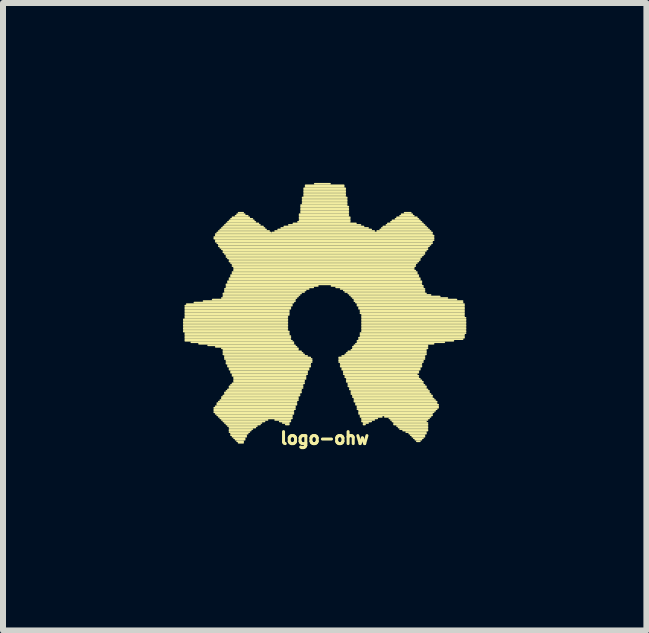
<source format=kicad_pcb>
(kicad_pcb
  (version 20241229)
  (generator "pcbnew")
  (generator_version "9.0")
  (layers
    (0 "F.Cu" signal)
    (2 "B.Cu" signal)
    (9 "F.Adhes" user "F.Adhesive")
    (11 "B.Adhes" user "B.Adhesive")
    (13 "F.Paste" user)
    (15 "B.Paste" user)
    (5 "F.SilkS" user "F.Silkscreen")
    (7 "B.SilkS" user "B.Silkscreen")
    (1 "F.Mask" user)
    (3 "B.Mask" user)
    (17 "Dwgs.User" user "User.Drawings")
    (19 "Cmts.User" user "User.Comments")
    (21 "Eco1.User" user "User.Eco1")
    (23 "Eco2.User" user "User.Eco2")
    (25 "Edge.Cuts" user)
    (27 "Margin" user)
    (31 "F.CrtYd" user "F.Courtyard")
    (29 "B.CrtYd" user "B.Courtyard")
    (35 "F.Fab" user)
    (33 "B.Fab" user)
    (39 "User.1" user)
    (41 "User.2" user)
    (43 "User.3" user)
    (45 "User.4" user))
  (footprint "logo-ohw"
    (layer "F.Cu")
    (at 2.363 2.313)
    (property "Reference" "logo-ohw" (at 0 1.943 0) (layer "F.SilkS") (effects (font (size 0.2 0.2) (thickness 0.05))))
    (attr through_hole)
    (fp_line (start -2.349 -0.038) (end -0.622 -0.038) (stroke (width 0.028) (type solid)) (layer "F.SilkS"))
    (fp_line (start -2.349 -0.013) (end -0.622 -0.013) (stroke (width 0.028) (type solid)) (layer "F.SilkS"))
    (fp_line (start -2.349 0.013) (end -0.622 0.013) (stroke (width 0.028) (type solid)) (layer "F.SilkS"))
    (fp_line (start -2.349 0.038) (end -0.622 0.038) (stroke (width 0.028) (type solid)) (layer "F.SilkS"))
    (fp_line (start -2.349 0.064) (end -0.622 0.064) (stroke (width 0.028) (type solid)) (layer "F.SilkS"))
    (fp_line (start -2.349 0.089) (end -0.622 0.089) (stroke (width 0.028) (type solid)) (layer "F.SilkS"))
    (fp_line (start -2.349 0.114) (end -0.622 0.114) (stroke (width 0.028) (type solid)) (layer "F.SilkS"))
    (fp_line (start -2.349 0.14) (end -0.622 0.14) (stroke (width 0.028) (type solid)) (layer "F.SilkS"))
    (fp_line (start -2.349 0.165) (end -0.597 0.165) (stroke (width 0.028) (type solid)) (layer "F.SilkS"))
    (fp_line (start -2.324 -0.267) (end -0.546 -0.267) (stroke (width 0.028) (type solid)) (layer "F.SilkS"))
    (fp_line (start -2.324 -0.241) (end -0.572 -0.241) (stroke (width 0.028) (type solid)) (layer "F.SilkS"))
    (fp_line (start -2.324 -0.216) (end -0.572 -0.216) (stroke (width 0.028) (type solid)) (layer "F.SilkS"))
    (fp_line (start -2.324 -0.191) (end -0.597 -0.191) (stroke (width 0.028) (type solid)) (layer "F.SilkS"))
    (fp_line (start -2.324 -0.165) (end -0.597 -0.165) (stroke (width 0.028) (type solid)) (layer "F.SilkS"))
    (fp_line (start -2.324 -0.14) (end -0.597 -0.14) (stroke (width 0.028) (type solid)) (layer "F.SilkS"))
    (fp_line (start -2.324 -0.114) (end -0.597 -0.114) (stroke (width 0.028) (type solid)) (layer "F.SilkS"))
    (fp_line (start -2.324 -0.089) (end -0.622 -0.089) (stroke (width 0.028) (type solid)) (layer "F.SilkS"))
    (fp_line (start -2.324 -0.064) (end -0.622 -0.064) (stroke (width 0.028) (type solid)) (layer "F.SilkS"))
    (fp_line (start -2.324 0.191) (end -0.597 0.191) (stroke (width 0.028) (type solid)) (layer "F.SilkS"))
    (fp_line (start -2.324 0.216) (end -0.597 0.216) (stroke (width 0.028) (type solid)) (layer "F.SilkS"))
    (fp_line (start -2.324 0.241) (end -0.572 0.241) (stroke (width 0.028) (type solid)) (layer "F.SilkS"))
    (fp_line (start -2.324 0.267) (end -0.572 0.267) (stroke (width 0.028) (type solid)) (layer "F.SilkS"))
    (fp_line (start -2.324 0.292) (end -0.572 0.292) (stroke (width 0.028) (type solid)) (layer "F.SilkS"))
    (fp_line (start -2.324 0.318) (end -0.546 0.318) (stroke (width 0.028) (type solid)) (layer "F.SilkS"))
    (fp_line (start -2.299 -0.292) (end -0.546 -0.292) (stroke (width 0.028) (type solid)) (layer "F.SilkS"))
    (fp_line (start -2.223 0.343) (end -0.521 0.343) (stroke (width 0.028) (type solid)) (layer "F.SilkS"))
    (fp_line (start -2.172 -0.318) (end -0.521 -0.318) (stroke (width 0.028) (type solid)) (layer "F.SilkS"))
    (fp_line (start -2.095 0.368) (end -0.521 0.368) (stroke (width 0.028) (type solid)) (layer "F.SilkS"))
    (fp_line (start -2.019 -0.343) (end -0.495 -0.343) (stroke (width 0.028) (type solid)) (layer "F.SilkS"))
    (fp_line (start -1.943 0.394) (end -0.495 0.394) (stroke (width 0.028) (type solid)) (layer "F.SilkS"))
    (fp_line (start -1.867 -0.368) (end -0.495 -0.368) (stroke (width 0.028) (type solid)) (layer "F.SilkS"))
    (fp_line (start -1.841 -1.41) (end 1.816 -1.41) (stroke (width 0.028) (type solid)) (layer "F.SilkS"))
    (fp_line (start -1.841 -1.384) (end 1.816 -1.384) (stroke (width 0.028) (type solid)) (layer "F.SilkS"))
    (fp_line (start -1.841 1.435) (end -0.495 1.435) (stroke (width 0.028) (type solid)) (layer "F.SilkS"))
    (fp_line (start -1.841 1.46) (end -0.495 1.46) (stroke (width 0.028) (type solid)) (layer "F.SilkS"))
    (fp_line (start -1.841 1.486) (end -0.521 1.486) (stroke (width 0.028) (type solid)) (layer "F.SilkS"))
    (fp_line (start -1.841 1.511) (end -0.521 1.511) (stroke (width 0.028) (type solid)) (layer "F.SilkS"))
    (fp_line (start -1.816 -1.46) (end 1.791 -1.46) (stroke (width 0.028) (type solid)) (layer "F.SilkS"))
    (fp_line (start -1.816 -1.435) (end 1.816 -1.435) (stroke (width 0.028) (type solid)) (layer "F.SilkS"))
    (fp_line (start -1.816 -1.359) (end 1.816 -1.359) (stroke (width 0.028) (type solid)) (layer "F.SilkS"))
    (fp_line (start -1.816 -1.333) (end 1.791 -1.333) (stroke (width 0.028) (type solid)) (layer "F.SilkS"))
    (fp_line (start -1.816 0.419) (end -0.47 0.419) (stroke (width 0.028) (type solid)) (layer "F.SilkS"))
    (fp_line (start -1.816 1.41) (end -0.495 1.41) (stroke (width 0.028) (type solid)) (layer "F.SilkS"))
    (fp_line (start -1.816 1.537) (end -0.521 1.537) (stroke (width 0.028) (type solid)) (layer "F.SilkS"))
    (fp_line (start -1.791 -1.486) (end -0.902 -1.486) (stroke (width 0.028) (type solid)) (layer "F.SilkS"))
    (fp_line (start -1.791 -1.308) (end 1.791 -1.308) (stroke (width 0.028) (type solid)) (layer "F.SilkS"))
    (fp_line (start -1.791 1.359) (end -0.47 1.359) (stroke (width 0.028) (type solid)) (layer "F.SilkS"))
    (fp_line (start -1.791 1.384) (end -0.47 1.384) (stroke (width 0.028) (type solid)) (layer "F.SilkS"))
    (fp_line (start -1.791 1.562) (end -0.546 1.562) (stroke (width 0.028) (type solid)) (layer "F.SilkS"))
    (fp_line (start -1.765 -1.511) (end -0.927 -1.511) (stroke (width 0.028) (type solid)) (layer "F.SilkS"))
    (fp_line (start -1.765 -1.283) (end 1.765 -1.283) (stroke (width 0.028) (type solid)) (layer "F.SilkS"))
    (fp_line (start -1.765 -1.257) (end 1.74 -1.257) (stroke (width 0.028) (type solid)) (layer "F.SilkS"))
    (fp_line (start -1.765 1.333) (end -0.47 1.333) (stroke (width 0.028) (type solid)) (layer "F.SilkS"))
    (fp_line (start -1.765 1.587) (end -0.546 1.587) (stroke (width 0.028) (type solid)) (layer "F.SilkS"))
    (fp_line (start -1.74 -1.537) (end -0.978 -1.537) (stroke (width 0.028) (type solid)) (layer "F.SilkS"))
    (fp_line (start -1.74 -1.232) (end 1.714 -1.232) (stroke (width 0.028) (type solid)) (layer "F.SilkS"))
    (fp_line (start -1.74 1.308) (end -0.445 1.308) (stroke (width 0.028) (type solid)) (layer "F.SilkS"))
    (fp_line (start -1.74 1.613) (end -0.546 1.613) (stroke (width 0.028) (type solid)) (layer "F.SilkS"))
    (fp_line (start -1.714 -1.562) (end -1.003 -1.562) (stroke (width 0.028) (type solid)) (layer "F.SilkS"))
    (fp_line (start -1.714 -1.206) (end 1.714 -1.206) (stroke (width 0.028) (type solid)) (layer "F.SilkS"))
    (fp_line (start -1.714 -0.394) (end -0.47 -0.394) (stroke (width 0.028) (type solid)) (layer "F.SilkS"))
    (fp_line (start -1.714 0.445) (end -0.445 0.445) (stroke (width 0.028) (type solid)) (layer "F.SilkS"))
    (fp_line (start -1.714 1.257) (end -0.445 1.257) (stroke (width 0.028) (type solid)) (layer "F.SilkS"))
    (fp_line (start -1.714 1.283) (end -0.445 1.283) (stroke (width 0.028) (type solid)) (layer "F.SilkS"))
    (fp_line (start -1.714 1.638) (end -0.953 1.638) (stroke (width 0.028) (type solid)) (layer "F.SilkS"))
    (fp_line (start -1.689 -1.587) (end -1.029 -1.587) (stroke (width 0.028) (type solid)) (layer "F.SilkS"))
    (fp_line (start -1.689 -1.181) (end 1.689 -1.181) (stroke (width 0.028) (type solid)) (layer "F.SilkS"))
    (fp_line (start -1.689 -1.156) (end 1.664 -1.156) (stroke (width 0.028) (type solid)) (layer "F.SilkS"))
    (fp_line (start -1.689 -0.47) (end -0.394 -0.47) (stroke (width 0.028) (type solid)) (layer "F.SilkS"))
    (fp_line (start -1.689 -0.445) (end -0.419 -0.445) (stroke (width 0.028) (type solid)) (layer "F.SilkS"))
    (fp_line (start -1.689 -0.419) (end -0.445 -0.419) (stroke (width 0.028) (type solid)) (layer "F.SilkS"))
    (fp_line (start -1.689 0.47) (end -0.445 0.47) (stroke (width 0.028) (type solid)) (layer "F.SilkS"))
    (fp_line (start -1.689 0.495) (end -0.394 0.495) (stroke (width 0.028) (type solid)) (layer "F.SilkS"))
    (fp_line (start -1.689 0.521) (end -0.368 0.521) (stroke (width 0.028) (type solid)) (layer "F.SilkS"))
    (fp_line (start -1.689 0.546) (end -0.343 0.546) (stroke (width 0.028) (type solid)) (layer "F.SilkS"))
    (fp_line (start -1.689 1.232) (end -0.419 1.232) (stroke (width 0.028) (type solid)) (layer "F.SilkS"))
    (fp_line (start -1.689 1.664) (end -1.003 1.664) (stroke (width 0.028) (type solid)) (layer "F.SilkS"))
    (fp_line (start -1.664 -1.613) (end -1.079 -1.613) (stroke (width 0.028) (type solid)) (layer "F.SilkS"))
    (fp_line (start -1.664 -1.13) (end 1.664 -1.13) (stroke (width 0.028) (type solid)) (layer "F.SilkS"))
    (fp_line (start -1.664 -0.546) (end -0.267 -0.546) (stroke (width 0.028) (type solid)) (layer "F.SilkS"))
    (fp_line (start -1.664 -0.521) (end -0.318 -0.521) (stroke (width 0.028) (type solid)) (layer "F.SilkS"))
    (fp_line (start -1.664 -0.495) (end -0.343 -0.495) (stroke (width 0.028) (type solid)) (layer "F.SilkS"))
    (fp_line (start -1.664 0.572) (end -0.292 0.572) (stroke (width 0.028) (type solid)) (layer "F.SilkS"))
    (fp_line (start -1.664 0.597) (end -0.241 0.597) (stroke (width 0.028) (type solid)) (layer "F.SilkS"))
    (fp_line (start -1.664 0.622) (end -0.216 0.622) (stroke (width 0.028) (type solid)) (layer "F.SilkS"))
    (fp_line (start -1.664 1.181) (end -0.394 1.181) (stroke (width 0.028) (type solid)) (layer "F.SilkS"))
    (fp_line (start -1.664 1.206) (end -0.419 1.206) (stroke (width 0.028) (type solid)) (layer "F.SilkS"))
    (fp_line (start -1.664 1.689) (end -1.054 1.689) (stroke (width 0.028) (type solid)) (layer "F.SilkS"))
    (fp_line (start -1.638 -1.638) (end -1.105 -1.638) (stroke (width 0.028) (type solid)) (layer "F.SilkS"))
    (fp_line (start -1.638 -1.105) (end 1.638 -1.105) (stroke (width 0.028) (type solid)) (layer "F.SilkS"))
    (fp_line (start -1.638 -1.079) (end 1.613 -1.079) (stroke (width 0.028) (type solid)) (layer "F.SilkS"))
    (fp_line (start -1.638 -0.622) (end 1.613 -0.622) (stroke (width 0.028) (type solid)) (layer "F.SilkS"))
    (fp_line (start -1.638 -0.597) (end -0.114 -0.597) (stroke (width 0.028) (type solid)) (layer "F.SilkS"))
    (fp_line (start -1.638 -0.572) (end -0.191 -0.572) (stroke (width 0.028) (type solid)) (layer "F.SilkS"))
    (fp_line (start -1.638 0.648) (end -0.216 0.648) (stroke (width 0.028) (type solid)) (layer "F.SilkS"))
    (fp_line (start -1.638 0.673) (end -0.216 0.673) (stroke (width 0.028) (type solid)) (layer "F.SilkS"))
    (fp_line (start -1.638 0.699) (end -0.241 0.699) (stroke (width 0.028) (type solid)) (layer "F.SilkS"))
    (fp_line (start -1.638 1.156) (end -0.394 1.156) (stroke (width 0.028) (type solid)) (layer "F.SilkS"))
    (fp_line (start -1.638 1.714) (end -1.079 1.714) (stroke (width 0.028) (type solid)) (layer "F.SilkS"))
    (fp_line (start -1.613 -1.664) (end -1.156 -1.664) (stroke (width 0.028) (type solid)) (layer "F.SilkS"))
    (fp_line (start -1.613 -1.054) (end 1.587 -1.054) (stroke (width 0.028) (type solid)) (layer "F.SilkS"))
    (fp_line (start -1.613 -0.673) (end 1.613 -0.673) (stroke (width 0.028) (type solid)) (layer "F.SilkS"))
    (fp_line (start -1.613 -0.648) (end 1.613 -0.648) (stroke (width 0.028) (type solid)) (layer "F.SilkS"))
    (fp_line (start -1.613 0.724) (end -0.241 0.724) (stroke (width 0.028) (type solid)) (layer "F.SilkS"))
    (fp_line (start -1.613 0.749) (end -0.241 0.749) (stroke (width 0.028) (type solid)) (layer "F.SilkS"))
    (fp_line (start -1.613 1.13) (end -0.394 1.13) (stroke (width 0.028) (type solid)) (layer "F.SilkS"))
    (fp_line (start -1.613 1.74) (end -1.13 1.74) (stroke (width 0.028) (type solid)) (layer "F.SilkS"))
    (fp_line (start -1.587 -1.689) (end -1.181 -1.689) (stroke (width 0.028) (type solid)) (layer "F.SilkS"))
    (fp_line (start -1.587 -1.029) (end 1.587 -1.029) (stroke (width 0.028) (type solid)) (layer "F.SilkS"))
    (fp_line (start -1.587 -1.003) (end 1.562 -1.003) (stroke (width 0.028) (type solid)) (layer "F.SilkS"))
    (fp_line (start -1.587 -0.724) (end 1.587 -0.724) (stroke (width 0.028) (type solid)) (layer "F.SilkS"))
    (fp_line (start -1.587 -0.699) (end 1.587 -0.699) (stroke (width 0.028) (type solid)) (layer "F.SilkS"))
    (fp_line (start -1.587 0.775) (end -0.267 0.775) (stroke (width 0.028) (type solid)) (layer "F.SilkS"))
    (fp_line (start -1.587 0.8) (end -0.267 0.8) (stroke (width 0.028) (type solid)) (layer "F.SilkS"))
    (fp_line (start -1.587 1.079) (end -0.368 1.079) (stroke (width 0.028) (type solid)) (layer "F.SilkS"))
    (fp_line (start -1.587 1.105) (end -0.368 1.105) (stroke (width 0.028) (type solid)) (layer "F.SilkS"))
    (fp_line (start -1.587 1.765) (end -1.156 1.765) (stroke (width 0.028) (type solid)) (layer "F.SilkS"))
    (fp_line (start -1.587 1.791) (end -1.206 1.791) (stroke (width 0.028) (type solid)) (layer "F.SilkS"))
    (fp_line (start -1.587 1.816) (end -1.232 1.816) (stroke (width 0.028) (type solid)) (layer "F.SilkS"))
    (fp_line (start -1.587 1.841) (end -1.257 1.841) (stroke (width 0.028) (type solid)) (layer "F.SilkS"))
    (fp_line (start -1.562 -1.714) (end -1.206 -1.714) (stroke (width 0.028) (type solid)) (layer "F.SilkS"))
    (fp_line (start -1.562 -0.978) (end 1.537 -0.978) (stroke (width 0.028) (type solid)) (layer "F.SilkS"))
    (fp_line (start -1.562 -0.775) (end 1.562 -0.775) (stroke (width 0.028) (type solid)) (layer "F.SilkS"))
    (fp_line (start -1.562 -0.749) (end 1.562 -0.749) (stroke (width 0.028) (type solid)) (layer "F.SilkS"))
    (fp_line (start -1.562 0.826) (end -0.292 0.826) (stroke (width 0.028) (type solid)) (layer "F.SilkS"))
    (fp_line (start -1.562 0.851) (end -0.292 0.851) (stroke (width 0.028) (type solid)) (layer "F.SilkS"))
    (fp_line (start -1.562 1.054) (end -0.368 1.054) (stroke (width 0.028) (type solid)) (layer "F.SilkS"))
    (fp_line (start -1.562 1.867) (end -1.283 1.867) (stroke (width 0.028) (type solid)) (layer "F.SilkS"))
    (fp_line (start -1.562 1.892) (end -1.308 1.892) (stroke (width 0.028) (type solid)) (layer "F.SilkS"))
    (fp_line (start -1.537 -1.74) (end -1.257 -1.74) (stroke (width 0.028) (type solid)) (layer "F.SilkS"))
    (fp_line (start -1.537 -0.953) (end 1.511 -0.953) (stroke (width 0.028) (type solid)) (layer "F.SilkS"))
    (fp_line (start -1.537 -0.927) (end 1.511 -0.927) (stroke (width 0.028) (type solid)) (layer "F.SilkS"))
    (fp_line (start -1.537 -0.826) (end 1.537 -0.826) (stroke (width 0.028) (type solid)) (layer "F.SilkS"))
    (fp_line (start -1.537 -0.8) (end 1.537 -0.8) (stroke (width 0.028) (type solid)) (layer "F.SilkS"))
    (fp_line (start -1.537 0.876) (end -0.292 0.876) (stroke (width 0.028) (type solid)) (layer "F.SilkS"))
    (fp_line (start -1.537 0.902) (end -0.318 0.902) (stroke (width 0.028) (type solid)) (layer "F.SilkS"))
    (fp_line (start -1.537 1.029) (end -0.343 1.029) (stroke (width 0.028) (type solid)) (layer "F.SilkS"))
    (fp_line (start -1.537 1.918) (end -1.308 1.918) (stroke (width 0.028) (type solid)) (layer "F.SilkS"))
    (fp_line (start -1.511 -0.902) (end 1.486 -0.902) (stroke (width 0.028) (type solid)) (layer "F.SilkS"))
    (fp_line (start -1.511 -0.876) (end 1.486 -0.876) (stroke (width 0.028) (type solid)) (layer "F.SilkS"))
    (fp_line (start -1.511 -0.851) (end 1.511 -0.851) (stroke (width 0.028) (type solid)) (layer "F.SilkS"))
    (fp_line (start -1.511 0.927) (end -0.318 0.927) (stroke (width 0.028) (type solid)) (layer "F.SilkS"))
    (fp_line (start -1.511 0.953) (end -0.318 0.953) (stroke (width 0.028) (type solid)) (layer "F.SilkS"))
    (fp_line (start -1.511 0.978) (end -0.343 0.978) (stroke (width 0.028) (type solid)) (layer "F.SilkS"))
    (fp_line (start -1.511 1.003) (end -0.343 1.003) (stroke (width 0.028) (type solid)) (layer "F.SilkS"))
    (fp_line (start -1.511 1.943) (end -1.333 1.943) (stroke (width 0.028) (type solid)) (layer "F.SilkS"))
    (fp_line (start -1.486 -1.765) (end -1.283 -1.765) (stroke (width 0.028) (type solid)) (layer "F.SilkS"))
    (fp_line (start -1.486 1.968) (end -1.333 1.968) (stroke (width 0.028) (type solid)) (layer "F.SilkS"))
    (fp_line (start -1.46 -1.791) (end -1.333 -1.791) (stroke (width 0.028) (type solid)) (layer "F.SilkS"))
    (fp_line (start -1.46 1.994) (end -1.359 1.994) (stroke (width 0.028) (type solid)) (layer "F.SilkS"))
    (fp_line (start -1.435 -1.816) (end -1.359 -1.816) (stroke (width 0.028) (type solid)) (layer "F.SilkS"))
    (fp_line (start -1.435 2.019) (end -1.359 2.019) (stroke (width 0.028) (type solid)) (layer "F.SilkS"))
    (fp_line (start -0.876 -1.486) (end 1.791 -1.486) (stroke (width 0.028) (type solid)) (layer "F.SilkS"))
    (fp_line (start -0.826 -1.511) (end 0.826 -1.511) (stroke (width 0.028) (type solid)) (layer "F.SilkS"))
    (fp_line (start -0.826 1.638) (end -0.572 1.638) (stroke (width 0.028) (type solid)) (layer "F.SilkS"))
    (fp_line (start -0.775 -1.537) (end 0.775 -1.537) (stroke (width 0.028) (type solid)) (layer "F.SilkS"))
    (fp_line (start -0.749 1.664) (end -0.572 1.664) (stroke (width 0.028) (type solid)) (layer "F.SilkS"))
    (fp_line (start -0.724 -1.562) (end 0.724 -1.562) (stroke (width 0.028) (type solid)) (layer "F.SilkS"))
    (fp_line (start -0.699 1.689) (end -0.597 1.689) (stroke (width 0.028) (type solid)) (layer "F.SilkS"))
    (fp_line (start -0.673 -1.587) (end 0.648 -1.587) (stroke (width 0.028) (type solid)) (layer "F.SilkS"))
    (fp_line (start -0.648 1.714) (end -0.597 1.714) (stroke (width 0.028) (type solid)) (layer "F.SilkS"))
    (fp_line (start -0.597 -1.613) (end 0.597 -1.613) (stroke (width 0.028) (type solid)) (layer "F.SilkS"))
    (fp_line (start -0.521 -1.638) (end 0.521 -1.638) (stroke (width 0.028) (type solid)) (layer "F.SilkS"))
    (fp_line (start -0.445 -1.664) (end 0.419 -1.664) (stroke (width 0.028) (type solid)) (layer "F.SilkS"))
    (fp_line (start -0.419 -1.791) (end 0.394 -1.791) (stroke (width 0.028) (type solid)) (layer "F.SilkS"))
    (fp_line (start -0.419 -1.765) (end 0.394 -1.765) (stroke (width 0.028) (type solid)) (layer "F.SilkS"))
    (fp_line (start -0.419 -1.74) (end 0.419 -1.74) (stroke (width 0.028) (type solid)) (layer "F.SilkS"))
    (fp_line (start -0.419 -1.714) (end 0.419 -1.714) (stroke (width 0.028) (type solid)) (layer "F.SilkS"))
    (fp_line (start -0.419 -1.689) (end 0.419 -1.689) (stroke (width 0.028) (type solid)) (layer "F.SilkS"))
    (fp_line (start -0.394 -1.943) (end 0.368 -1.943) (stroke (width 0.028) (type solid)) (layer "F.SilkS"))
    (fp_line (start -0.394 -1.918) (end 0.394 -1.918) (stroke (width 0.028) (type solid)) (layer "F.SilkS"))
    (fp_line (start -0.394 -1.892) (end 0.394 -1.892) (stroke (width 0.028) (type solid)) (layer "F.SilkS"))
    (fp_line (start -0.394 -1.867) (end 0.394 -1.867) (stroke (width 0.028) (type solid)) (layer "F.SilkS"))
    (fp_line (start -0.394 -1.841) (end 0.394 -1.841) (stroke (width 0.028) (type solid)) (layer "F.SilkS"))
    (fp_line (start -0.394 -1.816) (end 0.394 -1.816) (stroke (width 0.028) (type solid)) (layer "F.SilkS"))
    (fp_line (start -0.368 -2.07) (end 0.368 -2.07) (stroke (width 0.028) (type solid)) (layer "F.SilkS"))
    (fp_line (start -0.368 -2.045) (end 0.368 -2.045) (stroke (width 0.028) (type solid)) (layer "F.SilkS"))
    (fp_line (start -0.368 -2.019) (end 0.368 -2.019) (stroke (width 0.028) (type solid)) (layer "F.SilkS"))
    (fp_line (start -0.368 -1.994) (end 0.368 -1.994) (stroke (width 0.028) (type solid)) (layer "F.SilkS"))
    (fp_line (start -0.368 -1.968) (end 0.368 -1.968) (stroke (width 0.028) (type solid)) (layer "F.SilkS"))
    (fp_line (start -0.343 -2.223) (end 0.343 -2.223) (stroke (width 0.028) (type solid)) (layer "F.SilkS"))
    (fp_line (start -0.343 -2.197) (end 0.343 -2.197) (stroke (width 0.028) (type solid)) (layer "F.SilkS"))
    (fp_line (start -0.343 -2.172) (end 0.343 -2.172) (stroke (width 0.028) (type solid)) (layer "F.SilkS"))
    (fp_line (start -0.343 -2.146) (end 0.343 -2.146) (stroke (width 0.028) (type solid)) (layer "F.SilkS"))
    (fp_line (start -0.343 -2.121) (end 0.343 -2.121) (stroke (width 0.028) (type solid)) (layer "F.SilkS"))
    (fp_line (start -0.343 -2.095) (end 0.343 -2.095) (stroke (width 0.028) (type solid)) (layer "F.SilkS"))
    (fp_line (start -0.318 -2.273) (end 0.318 -2.273) (stroke (width 0.028) (type solid)) (layer "F.SilkS"))
    (fp_line (start -0.318 -2.248) (end 0.318 -2.248) (stroke (width 0.028) (type solid)) (layer "F.SilkS"))
    (fp_line (start -0.165 -2.299) (end 0.089 -2.299) (stroke (width 0.028) (type solid)) (layer "F.SilkS"))
    (fp_line (start 0.114 -0.597) (end 1.638 -0.597) (stroke (width 0.028) (type solid)) (layer "F.SilkS"))
    (fp_line (start 0.191 -0.572) (end 1.638 -0.572) (stroke (width 0.028) (type solid)) (layer "F.SilkS"))
    (fp_line (start 0.241 0.597) (end 1.664 0.597) (stroke (width 0.028) (type solid)) (layer "F.SilkS"))
    (fp_line (start 0.241 0.622) (end 1.664 0.622) (stroke (width 0.028) (type solid)) (layer "F.SilkS"))
    (fp_line (start 0.241 0.648) (end 1.638 0.648) (stroke (width 0.028) (type solid)) (layer "F.SilkS"))
    (fp_line (start 0.241 0.673) (end 1.638 0.673) (stroke (width 0.028) (type solid)) (layer "F.SilkS"))
    (fp_line (start 0.267 -0.546) (end 1.664 -0.546) (stroke (width 0.028) (type solid)) (layer "F.SilkS"))
    (fp_line (start 0.267 0.699) (end 1.613 0.699) (stroke (width 0.028) (type solid)) (layer "F.SilkS"))
    (fp_line (start 0.267 0.724) (end 1.613 0.724) (stroke (width 0.028) (type solid)) (layer "F.SilkS"))
    (fp_line (start 0.267 0.749) (end 1.613 0.749) (stroke (width 0.028) (type solid)) (layer "F.SilkS"))
    (fp_line (start 0.292 0.572) (end 1.664 0.572) (stroke (width 0.028) (type solid)) (layer "F.SilkS"))
    (fp_line (start 0.292 0.775) (end 1.587 0.775) (stroke (width 0.028) (type solid)) (layer "F.SilkS"))
    (fp_line (start 0.292 0.8) (end 1.587 0.8) (stroke (width 0.028) (type solid)) (layer "F.SilkS"))
    (fp_line (start 0.318 -0.521) (end 1.664 -0.521) (stroke (width 0.028) (type solid)) (layer "F.SilkS"))
    (fp_line (start 0.318 0.826) (end 1.562 0.826) (stroke (width 0.028) (type solid)) (layer "F.SilkS"))
    (fp_line (start 0.318 0.851) (end 1.562 0.851) (stroke (width 0.028) (type solid)) (layer "F.SilkS"))
    (fp_line (start 0.318 0.876) (end 1.537 0.876) (stroke (width 0.028) (type solid)) (layer "F.SilkS"))
    (fp_line (start 0.343 -0.495) (end 1.664 -0.495) (stroke (width 0.028) (type solid)) (layer "F.SilkS"))
    (fp_line (start 0.343 0.546) (end 1.689 0.546) (stroke (width 0.028) (type solid)) (layer "F.SilkS"))
    (fp_line (start 0.343 0.902) (end 1.562 0.902) (stroke (width 0.028) (type solid)) (layer "F.SilkS"))
    (fp_line (start 0.343 0.927) (end 1.562 0.927) (stroke (width 0.028) (type solid)) (layer "F.SilkS"))
    (fp_line (start 0.368 0.521) (end 1.689 0.521) (stroke (width 0.028) (type solid)) (layer "F.SilkS"))
    (fp_line (start 0.368 0.953) (end 1.587 0.953) (stroke (width 0.028) (type solid)) (layer "F.SilkS"))
    (fp_line (start 0.368 0.978) (end 1.613 0.978) (stroke (width 0.028) (type solid)) (layer "F.SilkS"))
    (fp_line (start 0.368 1.003) (end 1.638 1.003) (stroke (width 0.028) (type solid)) (layer "F.SilkS"))
    (fp_line (start 0.394 -0.47) (end 1.689 -0.47) (stroke (width 0.028) (type solid)) (layer "F.SilkS"))
    (fp_line (start 0.394 0.495) (end 1.689 0.495) (stroke (width 0.028) (type solid)) (layer "F.SilkS"))
    (fp_line (start 0.394 1.029) (end 1.638 1.029) (stroke (width 0.028) (type solid)) (layer "F.SilkS"))
    (fp_line (start 0.394 1.054) (end 1.664 1.054) (stroke (width 0.028) (type solid)) (layer "F.SilkS"))
    (fp_line (start 0.394 1.079) (end 1.689 1.079) (stroke (width 0.028) (type solid)) (layer "F.SilkS"))
    (fp_line (start 0.419 -0.445) (end 1.765 -0.445) (stroke (width 0.028) (type solid)) (layer "F.SilkS"))
    (fp_line (start 0.419 1.105) (end 1.689 1.105) (stroke (width 0.028) (type solid)) (layer "F.SilkS"))
    (fp_line (start 0.419 1.13) (end 1.714 1.13) (stroke (width 0.028) (type solid)) (layer "F.SilkS"))
    (fp_line (start 0.445 -0.419) (end 1.918 -0.419) (stroke (width 0.028) (type solid)) (layer "F.SilkS"))
    (fp_line (start 0.445 0.47) (end 1.689 0.47) (stroke (width 0.028) (type solid)) (layer "F.SilkS"))
    (fp_line (start 0.445 1.156) (end 1.74 1.156) (stroke (width 0.028) (type solid)) (layer "F.SilkS"))
    (fp_line (start 0.445 1.181) (end 1.74 1.181) (stroke (width 0.028) (type solid)) (layer "F.SilkS"))
    (fp_line (start 0.445 1.206) (end 1.765 1.206) (stroke (width 0.028) (type solid)) (layer "F.SilkS"))
    (fp_line (start 0.47 -0.394) (end 2.045 -0.394) (stroke (width 0.028) (type solid)) (layer "F.SilkS"))
    (fp_line (start 0.47 0.419) (end 1.714 0.419) (stroke (width 0.028) (type solid)) (layer "F.SilkS"))
    (fp_line (start 0.47 0.445) (end 1.714 0.445) (stroke (width 0.028) (type solid)) (layer "F.SilkS"))
    (fp_line (start 0.47 1.232) (end 1.791 1.232) (stroke (width 0.028) (type solid)) (layer "F.SilkS"))
    (fp_line (start 0.47 1.257) (end 1.791 1.257) (stroke (width 0.028) (type solid)) (layer "F.SilkS"))
    (fp_line (start 0.495 -0.368) (end 2.197 -0.368) (stroke (width 0.028) (type solid)) (layer "F.SilkS"))
    (fp_line (start 0.495 -0.343) (end 2.299 -0.343) (stroke (width 0.028) (type solid)) (layer "F.SilkS"))
    (fp_line (start 0.495 0.394) (end 1.714 0.394) (stroke (width 0.028) (type solid)) (layer "F.SilkS"))
    (fp_line (start 0.495 1.283) (end 1.816 1.283) (stroke (width 0.028) (type solid)) (layer "F.SilkS"))
    (fp_line (start 0.495 1.308) (end 1.841 1.308) (stroke (width 0.028) (type solid)) (layer "F.SilkS"))
    (fp_line (start 0.495 1.333) (end 1.867 1.333) (stroke (width 0.028) (type solid)) (layer "F.SilkS"))
    (fp_line (start 0.521 -0.318) (end 2.299 -0.318) (stroke (width 0.028) (type solid)) (layer "F.SilkS"))
    (fp_line (start 0.521 0.368) (end 1.816 0.368) (stroke (width 0.028) (type solid)) (layer "F.SilkS"))
    (fp_line (start 0.521 1.359) (end 1.867 1.359) (stroke (width 0.028) (type solid)) (layer "F.SilkS"))
    (fp_line (start 0.521 1.384) (end 1.892 1.384) (stroke (width 0.028) (type solid)) (layer "F.SilkS"))
    (fp_line (start 0.546 -0.292) (end 2.324 -0.292) (stroke (width 0.028) (type solid)) (layer "F.SilkS"))
    (fp_line (start 0.546 -0.267) (end 2.324 -0.267) (stroke (width 0.028) (type solid)) (layer "F.SilkS"))
    (fp_line (start 0.546 0.318) (end 2.146 0.318) (stroke (width 0.028) (type solid)) (layer "F.SilkS"))
    (fp_line (start 0.546 0.343) (end 1.994 0.343) (stroke (width 0.028) (type solid)) (layer "F.SilkS"))
    (fp_line (start 0.546 1.41) (end 1.892 1.41) (stroke (width 0.028) (type solid)) (layer "F.SilkS"))
    (fp_line (start 0.546 1.435) (end 1.892 1.435) (stroke (width 0.028) (type solid)) (layer "F.SilkS"))
    (fp_line (start 0.546 1.46) (end 1.867 1.46) (stroke (width 0.028) (type solid)) (layer "F.SilkS"))
    (fp_line (start 0.572 -0.241) (end 2.324 -0.241) (stroke (width 0.028) (type solid)) (layer "F.SilkS"))
    (fp_line (start 0.572 -0.216) (end 2.324 -0.216) (stroke (width 0.028) (type solid)) (layer "F.SilkS"))
    (fp_line (start 0.572 0.267) (end 2.324 0.267) (stroke (width 0.028) (type solid)) (layer "F.SilkS"))
    (fp_line (start 0.572 0.292) (end 2.299 0.292) (stroke (width 0.028) (type solid)) (layer "F.SilkS"))
    (fp_line (start 0.572 1.486) (end 1.841 1.486) (stroke (width 0.028) (type solid)) (layer "F.SilkS"))
    (fp_line (start 0.572 1.511) (end 1.816 1.511) (stroke (width 0.028) (type solid)) (layer "F.SilkS"))
    (fp_line (start 0.572 1.537) (end 1.791 1.537) (stroke (width 0.028) (type solid)) (layer "F.SilkS"))
    (fp_line (start 0.597 -0.191) (end 2.324 -0.191) (stroke (width 0.028) (type solid)) (layer "F.SilkS"))
    (fp_line (start 0.597 -0.165) (end 2.324 -0.165) (stroke (width 0.028) (type solid)) (layer "F.SilkS"))
    (fp_line (start 0.597 -0.14) (end 2.324 -0.14) (stroke (width 0.028) (type solid)) (layer "F.SilkS"))
    (fp_line (start 0.597 0.191) (end 2.349 0.191) (stroke (width 0.028) (type solid)) (layer "F.SilkS"))
    (fp_line (start 0.597 0.216) (end 2.324 0.216) (stroke (width 0.028) (type solid)) (layer "F.SilkS"))
    (fp_line (start 0.597 0.241) (end 2.324 0.241) (stroke (width 0.028) (type solid)) (layer "F.SilkS"))
    (fp_line (start 0.597 1.562) (end 1.791 1.562) (stroke (width 0.028) (type solid)) (layer "F.SilkS"))
    (fp_line (start 0.597 1.587) (end 0.953 1.587) (stroke (width 0.028) (type solid)) (layer "F.SilkS"))
    (fp_line (start 0.622 -0.114) (end 2.324 -0.114) (stroke (width 0.028) (type solid)) (layer "F.SilkS"))
    (fp_line (start 0.622 -0.089) (end 2.324 -0.089) (stroke (width 0.028) (type solid)) (layer "F.SilkS"))
    (fp_line (start 0.622 -0.064) (end 2.349 -0.064) (stroke (width 0.028) (type solid)) (layer "F.SilkS"))
    (fp_line (start 0.622 -0.038) (end 2.349 -0.038) (stroke (width 0.028) (type solid)) (layer "F.SilkS"))
    (fp_line (start 0.622 -0.013) (end 2.349 -0.013) (stroke (width 0.028) (type solid)) (layer "F.SilkS"))
    (fp_line (start 0.622 0.013) (end 2.349 0.013) (stroke (width 0.028) (type solid)) (layer "F.SilkS"))
    (fp_line (start 0.622 0.038) (end 2.349 0.038) (stroke (width 0.028) (type solid)) (layer "F.SilkS"))
    (fp_line (start 0.622 0.064) (end 2.349 0.064) (stroke (width 0.028) (type solid)) (layer "F.SilkS"))
    (fp_line (start 0.622 0.089) (end 2.349 0.089) (stroke (width 0.028) (type solid)) (layer "F.SilkS"))
    (fp_line (start 0.622 0.114) (end 2.349 0.114) (stroke (width 0.028) (type solid)) (layer "F.SilkS"))
    (fp_line (start 0.622 0.14) (end 2.349 0.14) (stroke (width 0.028) (type solid)) (layer "F.SilkS"))
    (fp_line (start 0.622 0.165) (end 2.349 0.165) (stroke (width 0.028) (type solid)) (layer "F.SilkS"))
    (fp_line (start 0.622 1.613) (end 0.876 1.613) (stroke (width 0.028) (type solid)) (layer "F.SilkS"))
    (fp_line (start 0.622 1.638) (end 0.826 1.638) (stroke (width 0.028) (type solid)) (layer "F.SilkS"))
    (fp_line (start 0.622 1.664) (end 0.775 1.664) (stroke (width 0.028) (type solid)) (layer "F.SilkS"))
    (fp_line (start 0.648 1.689) (end 0.724 1.689) (stroke (width 0.028) (type solid)) (layer "F.SilkS"))
    (fp_line (start 0.648 1.714) (end 0.673 1.714) (stroke (width 0.028) (type solid)) (layer "F.SilkS"))
    (fp_line (start 0.876 -1.511) (end 1.765 -1.511) (stroke (width 0.028) (type solid)) (layer "F.SilkS"))
    (fp_line (start 0.927 -1.537) (end 1.74 -1.537) (stroke (width 0.028) (type solid)) (layer "F.SilkS"))
    (fp_line (start 0.953 -1.562) (end 1.714 -1.562) (stroke (width 0.028) (type solid)) (layer "F.SilkS"))
    (fp_line (start 0.978 -1.587) (end 1.689 -1.587) (stroke (width 0.028) (type solid)) (layer "F.SilkS"))
    (fp_line (start 1.003 1.587) (end 1.765 1.587) (stroke (width 0.028) (type solid)) (layer "F.SilkS"))
    (fp_line (start 1.029 -1.613) (end 1.664 -1.613) (stroke (width 0.028) (type solid)) (layer "F.SilkS"))
    (fp_line (start 1.054 -1.638) (end 1.638 -1.638) (stroke (width 0.028) (type solid)) (layer "F.SilkS"))
    (fp_line (start 1.079 1.613) (end 1.74 1.613) (stroke (width 0.028) (type solid)) (layer "F.SilkS"))
    (fp_line (start 1.105 -1.664) (end 1.613 -1.664) (stroke (width 0.028) (type solid)) (layer "F.SilkS"))
    (fp_line (start 1.105 1.638) (end 1.714 1.638) (stroke (width 0.028) (type solid)) (layer "F.SilkS"))
    (fp_line (start 1.13 -1.689) (end 1.587 -1.689) (stroke (width 0.028) (type solid)) (layer "F.SilkS"))
    (fp_line (start 1.13 1.664) (end 1.689 1.664) (stroke (width 0.028) (type solid)) (layer "F.SilkS"))
    (fp_line (start 1.156 1.689) (end 1.714 1.689) (stroke (width 0.028) (type solid)) (layer "F.SilkS"))
    (fp_line (start 1.156 1.714) (end 1.714 1.714) (stroke (width 0.028) (type solid)) (layer "F.SilkS"))
    (fp_line (start 1.181 -1.714) (end 1.562 -1.714) (stroke (width 0.028) (type solid)) (layer "F.SilkS"))
    (fp_line (start 1.206 -1.74) (end 1.537 -1.74) (stroke (width 0.028) (type solid)) (layer "F.SilkS"))
    (fp_line (start 1.206 1.74) (end 1.714 1.74) (stroke (width 0.028) (type solid)) (layer "F.SilkS"))
    (fp_line (start 1.232 1.765) (end 1.714 1.765) (stroke (width 0.028) (type solid)) (layer "F.SilkS"))
    (fp_line (start 1.257 -1.765) (end 1.486 -1.765) (stroke (width 0.028) (type solid)) (layer "F.SilkS"))
    (fp_line (start 1.257 1.791) (end 1.714 1.791) (stroke (width 0.028) (type solid)) (layer "F.SilkS"))
    (fp_line (start 1.283 -1.791) (end 1.46 -1.791) (stroke (width 0.028) (type solid)) (layer "F.SilkS"))
    (fp_line (start 1.308 1.816) (end 1.714 1.816) (stroke (width 0.028) (type solid)) (layer "F.SilkS"))
    (fp_line (start 1.333 -1.816) (end 1.435 -1.816) (stroke (width 0.028) (type solid)) (layer "F.SilkS"))
    (fp_line (start 1.359 1.841) (end 1.689 1.841) (stroke (width 0.028) (type solid)) (layer "F.SilkS"))
    (fp_line (start 1.41 1.867) (end 1.689 1.867) (stroke (width 0.028) (type solid)) (layer "F.SilkS"))
    (fp_line (start 1.435 1.892) (end 1.664 1.892) (stroke (width 0.028) (type solid)) (layer "F.SilkS"))
    (fp_line (start 1.46 1.918) (end 1.664 1.918) (stroke (width 0.028) (type solid)) (layer "F.SilkS"))
    (fp_line (start 1.486 1.943) (end 1.638 1.943) (stroke (width 0.028) (type solid)) (layer "F.SilkS"))
    (fp_line (start 1.511 1.968) (end 1.613 1.968) (stroke (width 0.028) (type solid)) (layer "F.SilkS"))
    (fp_line (start 1.537 1.994) (end 1.587 1.994) (stroke (width 0.028) (type solid)) (layer "F.SilkS")))
  (gr_rect
    (start -3 -3)
    (end 7.727 7.461)
    (stroke (width 0.1) (type default))
    (fill no)
    (layer "Edge.Cuts")))
</source>
